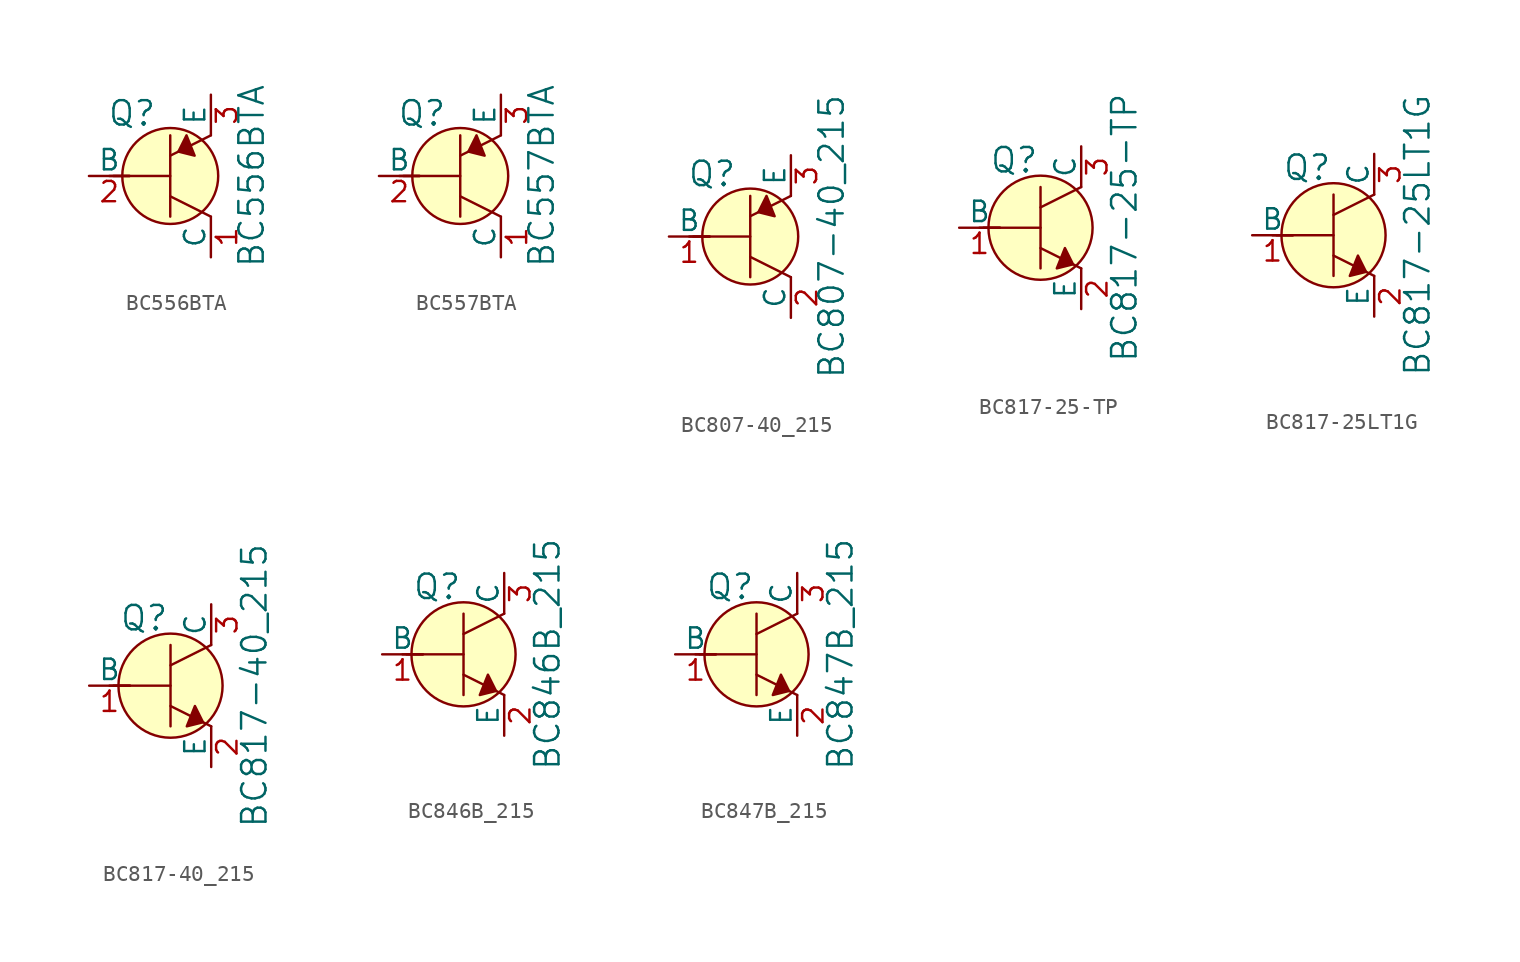
<source format=kicad_sym>
(kicad_symbol_lib
  (version 20220914)
  (generator kicad_symbol_editor)
  (symbol "BC556BTA"
    (pin_names
      (offset 0))
    (property "Reference" "Q"
      (at -2.388 3.912 0)
      (effects (font (size 1.524 1.524))))
    (property "Value" "BC556BTA"
      (at 5.08 0 90)
      (effects (font (size 1.524 1.524))))
    (symbol "BC556BTA_0_1"
      (polyline (pts (xy -3.81 0) (xy -2.54 0)) (stroke (width 0) (type solid)) (fill (type none)))
      (polyline (pts (xy -3.556 0) (xy 0 0)) (stroke (width 0) (type solid)) (fill (type none)))
      (polyline (pts (xy 0 -1.27) (xy 2.54 -2.54)) (stroke (width 0) (type solid)) (fill (type none)))
      (polyline (pts (xy 0 1.27) (xy 2.54 2.54)) (stroke (width 0) (type solid)) (fill (type none)))
      (polyline (pts (xy 0 2.54) (xy 0 -2.54)) (stroke (width 0) (type solid)) (fill (type none)))
      (polyline (pts (xy 1.016 2.54) (xy 0.508 1.524) (xy 1.524 1.27) (xy 1.016 2.54)) (stroke (width 0) (type solid)) (fill (type outline)))
      (circle (center 0 0) (radius 2.997) (stroke (width 0) (type solid)) (fill (type background))))
    (symbol "BC556BTA_1_1"
      (pin passive line (at 2.54 -5.08 90) (length 2.54) (name "C" (effects (font (size 1.27 1.27)))) (number "1" (effects (font (size 1.27 1.27)))))
      (pin input line (at -5.08 0 0) (length 2.54) (name "B" (effects (font (size 1.27 1.27)))) (number "2" (effects (font (size 1.27 1.27)))))
      (pin passive line (at 2.54 5.08 270) (length 2.54) (name "E" (effects (font (size 1.27 1.27)))) (number "3" (effects (font (size 1.27 1.27)))))))
  (symbol "BC557BTA"
    (pin_names
      (offset 0))
    (property "Reference" "Q"
      (at -2.388 3.912 0)
      (effects (font (size 1.524 1.524))))
    (property "Value" "BC557BTA"
      (at 5.08 0 90)
      (effects (font (size 1.524 1.524))))
    (symbol "BC557BTA_0_1"
      (polyline (pts (xy -3.81 0) (xy -2.54 0)) (stroke (width 0) (type solid)) (fill (type none)))
      (polyline (pts (xy -3.556 0) (xy 0 0)) (stroke (width 0) (type solid)) (fill (type none)))
      (polyline (pts (xy 0 -1.27) (xy 2.54 -2.54)) (stroke (width 0) (type solid)) (fill (type none)))
      (polyline (pts (xy 0 1.27) (xy 2.54 2.54)) (stroke (width 0) (type solid)) (fill (type none)))
      (polyline (pts (xy 0 2.54) (xy 0 -2.54)) (stroke (width 0) (type solid)) (fill (type none)))
      (polyline (pts (xy 1.016 2.54) (xy 0.508 1.524) (xy 1.524 1.27) (xy 1.016 2.54)) (stroke (width 0) (type solid)) (fill (type outline)))
      (circle (center 0 0) (radius 2.997) (stroke (width 0) (type solid)) (fill (type background))))
    (symbol "BC557BTA_1_1"
      (pin passive line (at 2.54 -5.08 90) (length 2.54) (name "C" (effects (font (size 1.27 1.27)))) (number "1" (effects (font (size 1.27 1.27)))))
      (pin input line (at -5.08 0 0) (length 2.54) (name "B" (effects (font (size 1.27 1.27)))) (number "2" (effects (font (size 1.27 1.27)))))
      (pin passive line (at 2.54 5.08 270) (length 2.54) (name "E" (effects (font (size 1.27 1.27)))) (number "3" (effects (font (size 1.27 1.27)))))))
  (symbol "BC807-40_215"
    (pin_names
      (offset 0))
    (property "Reference" "Q"
      (at -2.388 3.912 0)
      (effects (font (size 1.524 1.524))))
    (property "Value" "BC807-40_215"
      (at 5.08 0 90)
      (effects (font (size 1.524 1.524))))
    (symbol "BC807-40_215_0_1"
      (polyline (pts (xy -3.81 0) (xy -2.54 0)) (stroke (width 0) (type solid)) (fill (type none)))
      (polyline (pts (xy -3.556 0) (xy 0 0)) (stroke (width 0) (type solid)) (fill (type none)))
      (polyline (pts (xy 0 -1.27) (xy 2.54 -2.54)) (stroke (width 0) (type solid)) (fill (type none)))
      (polyline (pts (xy 0 1.27) (xy 2.54 2.54)) (stroke (width 0) (type solid)) (fill (type none)))
      (polyline (pts (xy 0 2.54) (xy 0 -2.54)) (stroke (width 0) (type solid)) (fill (type none)))
      (polyline (pts (xy 1.016 2.54) (xy 0.508 1.524) (xy 1.524 1.27) (xy 1.016 2.54)) (stroke (width 0) (type solid)) (fill (type outline)))
      (circle (center 0 0) (radius 2.997) (stroke (width 0) (type solid)) (fill (type background))))
    (symbol "BC807-40_215_1_1"
      (pin input line (at -5.08 0 0) (length 2.54) (name "B" (effects (font (size 1.27 1.27)))) (number "1" (effects (font (size 1.27 1.27)))))
      (pin passive line (at 2.54 -5.08 90) (length 2.54) (name "C" (effects (font (size 1.27 1.27)))) (number "2" (effects (font (size 1.27 1.27)))))
      (pin passive line (at 2.54 5.08 270) (length 2.54) (name "E" (effects (font (size 1.27 1.27)))) (number "3" (effects (font (size 1.27 1.27)))))))
  (symbol "BC817-25-TP"
    (pin_names
      (offset 0))
    (property "Reference" "Q"
      (at -3.2 4.216 0)
      (effects (font (size 1.524 1.524)) (justify left)))
    (property "Value" "BC817-25-TP"
      (at 5.232 0 90)
      (effects (font (size 1.524 1.524))))
    (symbol "BC817-25-TP_0_1"
      (polyline (pts (xy -3.81 0) (xy -2.54 0)) (stroke (width 0) (type solid)) (fill (type none)))
      (polyline (pts (xy -3.556 0) (xy 0 0)) (stroke (width 0) (type solid)) (fill (type none)))
      (polyline (pts (xy 0 -1.27) (xy 2.54 -2.54)) (stroke (width 0) (type solid)) (fill (type none)))
      (polyline (pts (xy 0 1.27) (xy 2.54 2.54)) (stroke (width 0) (type solid)) (fill (type none)))
      (polyline (pts (xy 0 2.54) (xy 0 -2.54)) (stroke (width 0) (type solid)) (fill (type none)))
      (polyline (pts (xy 1.524 -1.27) (xy 2.032 -2.286) (xy 1.016 -2.54) (xy 1.524 -1.27)) (stroke (width 0) (type solid)) (fill (type outline)))
      (circle (center 0 0) (radius 3.251) (stroke (width 0) (type solid)) (fill (type background))))
    (symbol "BC817-25-TP_1_1"
      (pin input line (at -5.08 0 0) (length 2.54) (name "B" (effects (font (size 1.27 1.27)))) (number "1" (effects (font (size 1.27 1.27)))))
      (pin passive line (at 2.54 -5.08 90) (length 2.54) (name "E" (effects (font (size 1.27 1.27)))) (number "2" (effects (font (size 1.27 1.27)))))
      (pin passive line (at 2.54 5.08 270) (length 2.54) (name "C" (effects (font (size 1.27 1.27)))) (number "3" (effects (font (size 1.27 1.27)))))))
  (symbol "BC817-25LT1G"
    (pin_names
      (offset 0))
    (property "Reference" "Q"
      (at -3.2 4.216 0)
      (effects (font (size 1.524 1.524)) (justify left)))
    (property "Value" "BC817-25LT1G"
      (at 5.232 0 90)
      (effects (font (size 1.524 1.524))))
    (symbol "BC817-25LT1G_0_1"
      (polyline (pts (xy -3.81 0) (xy -2.54 0)) (stroke (width 0) (type solid)) (fill (type none)))
      (polyline (pts (xy -3.556 0) (xy 0 0)) (stroke (width 0) (type solid)) (fill (type none)))
      (polyline (pts (xy 0 -1.27) (xy 2.54 -2.54)) (stroke (width 0) (type solid)) (fill (type none)))
      (polyline (pts (xy 0 1.27) (xy 2.54 2.54)) (stroke (width 0) (type solid)) (fill (type none)))
      (polyline (pts (xy 0 2.54) (xy 0 -2.54)) (stroke (width 0) (type solid)) (fill (type none)))
      (polyline (pts (xy 1.524 -1.27) (xy 2.032 -2.286) (xy 1.016 -2.54) (xy 1.524 -1.27)) (stroke (width 0) (type solid)) (fill (type outline)))
      (circle (center 0 0) (radius 3.251) (stroke (width 0) (type solid)) (fill (type background))))
    (symbol "BC817-25LT1G_1_1"
      (pin input line (at -5.08 0 0) (length 2.54) (name "B" (effects (font (size 1.27 1.27)))) (number "1" (effects (font (size 1.27 1.27)))))
      (pin passive line (at 2.54 -5.08 90) (length 2.54) (name "E" (effects (font (size 1.27 1.27)))) (number "2" (effects (font (size 1.27 1.27)))))
      (pin passive line (at 2.54 5.08 270) (length 2.54) (name "C" (effects (font (size 1.27 1.27)))) (number "3" (effects (font (size 1.27 1.27)))))))
  (symbol "BC817-40_215"
    (pin_names
      (offset 0))
    (property "Reference" "Q"
      (at -3.2 4.216 0)
      (effects (font (size 1.524 1.524)) (justify left)))
    (property "Value" "BC817-40_215"
      (at 5.232 0 90)
      (effects (font (size 1.524 1.524))))
    (symbol "BC817-40_215_0_1"
      (polyline (pts (xy -3.81 0) (xy -2.54 0)) (stroke (width 0) (type solid)) (fill (type none)))
      (polyline (pts (xy -3.556 0) (xy 0 0)) (stroke (width 0) (type solid)) (fill (type none)))
      (polyline (pts (xy 0 -1.27) (xy 2.54 -2.54)) (stroke (width 0) (type solid)) (fill (type none)))
      (polyline (pts (xy 0 1.27) (xy 2.54 2.54)) (stroke (width 0) (type solid)) (fill (type none)))
      (polyline (pts (xy 0 2.54) (xy 0 -2.54)) (stroke (width 0) (type solid)) (fill (type none)))
      (polyline (pts (xy 1.524 -1.27) (xy 2.032 -2.286) (xy 1.016 -2.54) (xy 1.524 -1.27)) (stroke (width 0) (type solid)) (fill (type outline)))
      (circle (center 0 0) (radius 3.251) (stroke (width 0) (type solid)) (fill (type background))))
    (symbol "BC817-40_215_1_1"
      (pin input line (at -5.08 0 0) (length 2.54) (name "B" (effects (font (size 1.27 1.27)))) (number "1" (effects (font (size 1.27 1.27)))))
      (pin passive line (at 2.54 -5.08 90) (length 2.54) (name "E" (effects (font (size 1.27 1.27)))) (number "2" (effects (font (size 1.27 1.27)))))
      (pin passive line (at 2.54 5.08 270) (length 2.54) (name "C" (effects (font (size 1.27 1.27)))) (number "3" (effects (font (size 1.27 1.27)))))))
  (symbol "BC846B_215"
    (pin_names
      (offset 0))
    (property "Reference" "Q"
      (at -3.2 4.216 0)
      (effects (font (size 1.524 1.524)) (justify left)))
    (property "Value" "BC846B_215"
      (at 5.232 0 90)
      (effects (font (size 1.524 1.524))))
    (symbol "BC846B_215_0_1"
      (polyline (pts (xy -3.81 0) (xy -2.54 0)) (stroke (width 0) (type solid)) (fill (type none)))
      (polyline (pts (xy -3.556 0) (xy 0 0)) (stroke (width 0) (type solid)) (fill (type none)))
      (polyline (pts (xy 0 -1.27) (xy 2.54 -2.54)) (stroke (width 0) (type solid)) (fill (type none)))
      (polyline (pts (xy 0 1.27) (xy 2.54 2.54)) (stroke (width 0) (type solid)) (fill (type none)))
      (polyline (pts (xy 0 2.54) (xy 0 -2.54)) (stroke (width 0) (type solid)) (fill (type none)))
      (polyline (pts (xy 1.524 -1.27) (xy 2.032 -2.286) (xy 1.016 -2.54) (xy 1.524 -1.27)) (stroke (width 0) (type solid)) (fill (type outline)))
      (circle (center 0 0) (radius 3.251) (stroke (width 0) (type solid)) (fill (type background))))
    (symbol "BC846B_215_1_1"
      (pin input line (at -5.08 0 0) (length 2.54) (name "B" (effects (font (size 1.27 1.27)))) (number "1" (effects (font (size 1.27 1.27)))))
      (pin passive line (at 2.54 -5.08 90) (length 2.54) (name "E" (effects (font (size 1.27 1.27)))) (number "2" (effects (font (size 1.27 1.27)))))
      (pin passive line (at 2.54 5.08 270) (length 2.54) (name "C" (effects (font (size 1.27 1.27)))) (number "3" (effects (font (size 1.27 1.27)))))))
  (symbol "BC847B_215"
    (pin_names
      (offset 0))
    (property "Reference" "Q"
      (at -3.2 4.216 0)
      (effects (font (size 1.524 1.524)) (justify left)))
    (property "Value" "BC847B_215"
      (at 5.232 0 90)
      (effects (font (size 1.524 1.524))))
    (symbol "BC847B_215_0_1"
      (polyline (pts (xy -3.81 0) (xy -2.54 0)) (stroke (width 0) (type solid)) (fill (type none)))
      (polyline (pts (xy -3.556 0) (xy 0 0)) (stroke (width 0) (type solid)) (fill (type none)))
      (polyline (pts (xy 0 -1.27) (xy 2.54 -2.54)) (stroke (width 0) (type solid)) (fill (type none)))
      (polyline (pts (xy 0 1.27) (xy 2.54 2.54)) (stroke (width 0) (type solid)) (fill (type none)))
      (polyline (pts (xy 0 2.54) (xy 0 -2.54)) (stroke (width 0) (type solid)) (fill (type none)))
      (polyline (pts (xy 1.524 -1.27) (xy 2.032 -2.286) (xy 1.016 -2.54) (xy 1.524 -1.27)) (stroke (width 0) (type solid)) (fill (type outline)))
      (circle (center 0 0) (radius 3.251) (stroke (width 0) (type solid)) (fill (type background))))
    (symbol "BC847B_215_1_1"
      (pin input line (at -5.08 0 0) (length 2.54) (name "B" (effects (font (size 1.27 1.27)))) (number "1" (effects (font (size 1.27 1.27)))))
      (pin passive line (at 2.54 -5.08 90) (length 2.54) (name "E" (effects (font (size 1.27 1.27)))) (number "2" (effects (font (size 1.27 1.27)))))
      (pin passive line (at 2.54 5.08 270) (length 2.54) (name "C" (effects (font (size 1.27 1.27)))) (number "3" (effects (font (size 1.27 1.27))))))))
</source>
